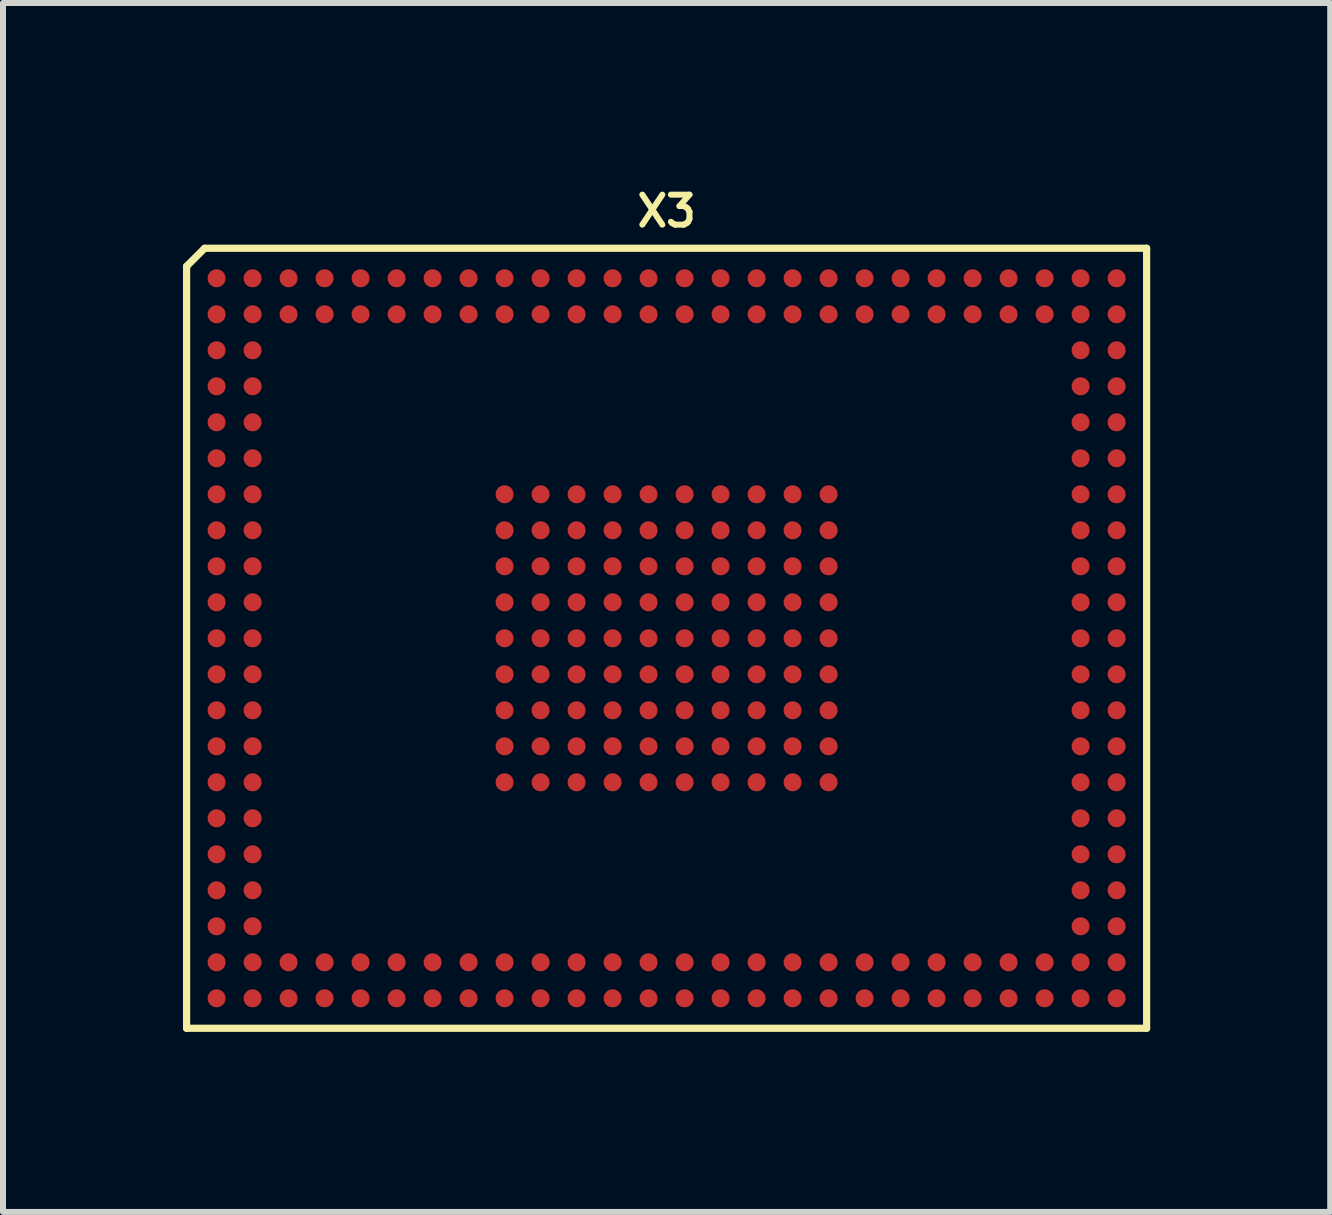
<source format=kicad_pcb>
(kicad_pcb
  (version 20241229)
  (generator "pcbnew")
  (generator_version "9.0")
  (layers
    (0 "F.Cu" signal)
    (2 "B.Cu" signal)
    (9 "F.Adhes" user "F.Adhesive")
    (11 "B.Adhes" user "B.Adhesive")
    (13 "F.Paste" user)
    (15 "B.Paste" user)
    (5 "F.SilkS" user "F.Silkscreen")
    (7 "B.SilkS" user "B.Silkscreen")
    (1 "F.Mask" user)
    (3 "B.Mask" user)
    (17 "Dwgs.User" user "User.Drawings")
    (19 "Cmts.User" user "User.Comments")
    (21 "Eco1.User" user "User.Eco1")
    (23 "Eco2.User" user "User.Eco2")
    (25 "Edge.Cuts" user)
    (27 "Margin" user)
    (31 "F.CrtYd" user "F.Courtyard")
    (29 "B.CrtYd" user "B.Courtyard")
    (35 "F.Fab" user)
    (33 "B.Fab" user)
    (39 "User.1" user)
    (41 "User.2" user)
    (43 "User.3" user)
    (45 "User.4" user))
  (footprint "X3"
    (layer "F.Cu")
    (at 8.06 7.588)
    (property "Reference" "X3" (at 0 -7.12 0) (layer "F.SilkS") (effects (font (size 0.5 0.5) (thickness 0.1))))
    (attr smd)
    (fp_line (start -8 -6.2) (end -8 6.5) (stroke (width 0.12) (type solid)) (layer "F.SilkS"))
    (fp_line (start -8 -6.2) (end -7.7 -6.5) (stroke (width 0.12) (type solid)) (layer "F.SilkS"))
    (fp_line (start -8 6.5) (end 8 6.5) (stroke (width 0.12) (type solid)) (layer "F.SilkS"))
    (fp_line (start -7.7 -6.5) (end 8 -6.5) (stroke (width 0.12) (type solid)) (layer "F.SilkS"))
    (fp_line (start 8 6.5) (end 8 -6.5) (stroke (width 0.12) (type solid)) (layer "F.SilkS"))
    (pad "A1" smd circle (at -7.5 -6) (size 0.3 0.3) (layers "F.Cu" "F.Mask" "F.Paste"))
    (pad "A2" smd circle (at -6.9 -6) (size 0.3 0.3) (layers "F.Cu" "F.Mask" "F.Paste"))
    (pad "A3" smd circle (at -6.3 -6) (size 0.3 0.3) (layers "F.Cu" "F.Mask" "F.Paste"))
    (pad "A4" smd circle (at -5.7 -6) (size 0.3 0.3) (layers "F.Cu" "F.Mask" "F.Paste"))
    (pad "A5" smd circle (at -5.1 -6) (size 0.3 0.3) (layers "F.Cu" "F.Mask" "F.Paste"))
    (pad "A6" smd circle (at -4.5 -6) (size 0.3 0.3) (layers "F.Cu" "F.Mask" "F.Paste"))
    (pad "A7" smd circle (at -3.9 -6) (size 0.3 0.3) (layers "F.Cu" "F.Mask" "F.Paste"))
    (pad "A8" smd circle (at -3.3 -6) (size 0.3 0.3) (layers "F.Cu" "F.Mask" "F.Paste"))
    (pad "A9" smd circle (at -2.7 -6) (size 0.3 0.3) (layers "F.Cu" "F.Mask" "F.Paste"))
    (pad "A10" smd circle (at -2.1 -6) (size 0.3 0.3) (layers "F.Cu" "F.Mask" "F.Paste"))
    (pad "A11" smd circle (at -1.5 -6) (size 0.3 0.3) (layers "F.Cu" "F.Mask" "F.Paste"))
    (pad "A12" smd circle (at -0.9 -6) (size 0.3 0.3) (layers "F.Cu" "F.Mask" "F.Paste"))
    (pad "A13" smd circle (at -0.3 -6) (size 0.3 0.3) (layers "F.Cu" "F.Mask" "F.Paste"))
    (pad "A14" smd circle (at 0.3 -6) (size 0.3 0.3) (layers "F.Cu" "F.Mask" "F.Paste"))
    (pad "A15" smd circle (at 0.9 -6) (size 0.3 0.3) (layers "F.Cu" "F.Mask" "F.Paste"))
    (pad "A16" smd circle (at 1.5 -6) (size 0.3 0.3) (layers "F.Cu" "F.Mask" "F.Paste"))
    (pad "A17" smd circle (at 2.1 -6) (size 0.3 0.3) (layers "F.Cu" "F.Mask" "F.Paste"))
    (pad "A18" smd circle (at 2.7 -6) (size 0.3 0.3) (layers "F.Cu" "F.Mask" "F.Paste"))
    (pad "A19" smd circle (at 3.3 -6) (size 0.3 0.3) (layers "F.Cu" "F.Mask" "F.Paste"))
    (pad "A20" smd circle (at 3.9 -6) (size 0.3 0.3) (layers "F.Cu" "F.Mask" "F.Paste"))
    (pad "A21" smd circle (at 4.5 -6) (size 0.3 0.3) (layers "F.Cu" "F.Mask" "F.Paste"))
    (pad "A22" smd circle (at 5.1 -6) (size 0.3 0.3) (layers "F.Cu" "F.Mask" "F.Paste"))
    (pad "A23" smd circle (at 5.7 -6) (size 0.3 0.3) (layers "F.Cu" "F.Mask" "F.Paste"))
    (pad "A24" smd circle (at 6.3 -6) (size 0.3 0.3) (layers "F.Cu" "F.Mask" "F.Paste"))
    (pad "A25" smd circle (at 6.9 -6) (size 0.3 0.3) (layers "F.Cu" "F.Mask" "F.Paste"))
    (pad "A26" smd circle (at 7.5 -6) (size 0.3 0.3) (layers "F.Cu" "F.Mask" "F.Paste"))
    (pad "AA1" smd circle (at -7.5 6) (size 0.3 0.3) (layers "F.Cu" "F.Mask" "F.Paste"))
    (pad "AA2" smd circle (at -6.9 6) (size 0.3 0.3) (layers "F.Cu" "F.Mask" "F.Paste"))
    (pad "AA3" smd circle (at -6.3 6) (size 0.3 0.3) (layers "F.Cu" "F.Mask" "F.Paste"))
    (pad "AA4" smd circle (at -5.7 6) (size 0.3 0.3) (layers "F.Cu" "F.Mask" "F.Paste"))
    (pad "AA5" smd circle (at -5.1 6) (size 0.3 0.3) (layers "F.Cu" "F.Mask" "F.Paste"))
    (pad "AA6" smd circle (at -4.5 6) (size 0.3 0.3) (layers "F.Cu" "F.Mask" "F.Paste"))
    (pad "AA7" smd circle (at -3.9 6) (size 0.3 0.3) (layers "F.Cu" "F.Mask" "F.Paste"))
    (pad "AA8" smd circle (at -3.3 6) (size 0.3 0.3) (layers "F.Cu" "F.Mask" "F.Paste"))
    (pad "AA9" smd circle (at -2.7 6) (size 0.3 0.3) (layers "F.Cu" "F.Mask" "F.Paste"))
    (pad "AA10" smd circle (at -2.1 6) (size 0.3 0.3) (layers "F.Cu" "F.Mask" "F.Paste"))
    (pad "AA11" smd circle (at -1.5 6) (size 0.3 0.3) (layers "F.Cu" "F.Mask" "F.Paste"))
    (pad "AA12" smd circle (at -0.9 6) (size 0.3 0.3) (layers "F.Cu" "F.Mask" "F.Paste"))
    (pad "AA13" smd circle (at -0.3 6) (size 0.3 0.3) (layers "F.Cu" "F.Mask" "F.Paste"))
    (pad "AA14" smd circle (at 0.3 6) (size 0.3 0.3) (layers "F.Cu" "F.Mask" "F.Paste"))
    (pad "AA15" smd circle (at 0.9 6) (size 0.3 0.3) (layers "F.Cu" "F.Mask" "F.Paste"))
    (pad "AA16" smd circle (at 1.5 6) (size 0.3 0.3) (layers "F.Cu" "F.Mask" "F.Paste"))
    (pad "AA17" smd circle (at 2.1 6) (size 0.3 0.3) (layers "F.Cu" "F.Mask" "F.Paste"))
    (pad "AA18" smd circle (at 2.7 6) (size 0.3 0.3) (layers "F.Cu" "F.Mask" "F.Paste"))
    (pad "AA19" smd circle (at 3.3 6) (size 0.3 0.3) (layers "F.Cu" "F.Mask" "F.Paste"))
    (pad "AA20" smd circle (at 3.9 6) (size 0.3 0.3) (layers "F.Cu" "F.Mask" "F.Paste"))
    (pad "AA21" smd circle (at 4.5 6) (size 0.3 0.3) (layers "F.Cu" "F.Mask" "F.Paste"))
    (pad "AA22" smd circle (at 5.1 6) (size 0.3 0.3) (layers "F.Cu" "F.Mask" "F.Paste"))
    (pad "AA23" smd circle (at 5.7 6) (size 0.3 0.3) (layers "F.Cu" "F.Mask" "F.Paste"))
    (pad "AA24" smd circle (at 6.3 6) (size 0.3 0.3) (layers "F.Cu" "F.Mask" "F.Paste"))
    (pad "AA25" smd circle (at 6.9 6) (size 0.3 0.3) (layers "F.Cu" "F.Mask" "F.Paste"))
    (pad "AA26" smd circle (at 7.5 6) (size 0.3 0.3) (layers "F.Cu" "F.Mask" "F.Paste"))
    (pad "B1" smd circle (at -7.5 -5.4) (size 0.3 0.3) (layers "F.Cu" "F.Mask" "F.Paste"))
    (pad "B2" smd circle (at -6.9 -5.4) (size 0.3 0.3) (layers "F.Cu" "F.Mask" "F.Paste"))
    (pad "B3" smd circle (at -6.3 -5.4) (size 0.3 0.3) (layers "F.Cu" "F.Mask" "F.Paste"))
    (pad "B4" smd circle (at -5.7 -5.4) (size 0.3 0.3) (layers "F.Cu" "F.Mask" "F.Paste"))
    (pad "B5" smd circle (at -5.1 -5.4) (size 0.3 0.3) (layers "F.Cu" "F.Mask" "F.Paste"))
    (pad "B6" smd circle (at -4.5 -5.4) (size 0.3 0.3) (layers "F.Cu" "F.Mask" "F.Paste"))
    (pad "B7" smd circle (at -3.9 -5.4) (size 0.3 0.3) (layers "F.Cu" "F.Mask" "F.Paste"))
    (pad "B8" smd circle (at -3.3 -5.4) (size 0.3 0.3) (layers "F.Cu" "F.Mask" "F.Paste"))
    (pad "B9" smd circle (at -2.7 -5.4) (size 0.3 0.3) (layers "F.Cu" "F.Mask" "F.Paste"))
    (pad "B10" smd circle (at -2.1 -5.4) (size 0.3 0.3) (layers "F.Cu" "F.Mask" "F.Paste"))
    (pad "B11" smd circle (at -1.5 -5.4) (size 0.3 0.3) (layers "F.Cu" "F.Mask" "F.Paste"))
    (pad "B12" smd circle (at -0.9 -5.4) (size 0.3 0.3) (layers "F.Cu" "F.Mask" "F.Paste"))
    (pad "B13" smd circle (at -0.3 -5.4) (size 0.3 0.3) (layers "F.Cu" "F.Mask" "F.Paste"))
    (pad "B14" smd circle (at 0.3 -5.4) (size 0.3 0.3) (layers "F.Cu" "F.Mask" "F.Paste"))
    (pad "B15" smd circle (at 0.9 -5.4) (size 0.3 0.3) (layers "F.Cu" "F.Mask" "F.Paste"))
    (pad "B16" smd circle (at 1.5 -5.4) (size 0.3 0.3) (layers "F.Cu" "F.Mask" "F.Paste"))
    (pad "B17" smd circle (at 2.1 -5.4) (size 0.3 0.3) (layers "F.Cu" "F.Mask" "F.Paste"))
    (pad "B18" smd circle (at 2.7 -5.4) (size 0.3 0.3) (layers "F.Cu" "F.Mask" "F.Paste"))
    (pad "B19" smd circle (at 3.3 -5.4) (size 0.3 0.3) (layers "F.Cu" "F.Mask" "F.Paste"))
    (pad "B20" smd circle (at 3.9 -5.4) (size 0.3 0.3) (layers "F.Cu" "F.Mask" "F.Paste"))
    (pad "B21" smd circle (at 4.5 -5.4) (size 0.3 0.3) (layers "F.Cu" "F.Mask" "F.Paste"))
    (pad "B22" smd circle (at 5.1 -5.4) (size 0.3 0.3) (layers "F.Cu" "F.Mask" "F.Paste"))
    (pad "B23" smd circle (at 5.7 -5.4) (size 0.3 0.3) (layers "F.Cu" "F.Mask" "F.Paste"))
    (pad "B24" smd circle (at 6.3 -5.4) (size 0.3 0.3) (layers "F.Cu" "F.Mask" "F.Paste"))
    (pad "B25" smd circle (at 6.9 -5.4) (size 0.3 0.3) (layers "F.Cu" "F.Mask" "F.Paste"))
    (pad "B26" smd circle (at 7.5 -5.4) (size 0.3 0.3) (layers "F.Cu" "F.Mask" "F.Paste"))
    (pad "C1" smd circle (at -7.5 -4.8) (size 0.3 0.3) (layers "F.Cu" "F.Mask" "F.Paste"))
    (pad "C2" smd circle (at -6.9 -4.8) (size 0.3 0.3) (layers "F.Cu" "F.Mask" "F.Paste"))
    (pad "C25" smd circle (at 6.9 -4.8) (size 0.3 0.3) (layers "F.Cu" "F.Mask" "F.Paste"))
    (pad "C26" smd circle (at 7.5 -4.8) (size 0.3 0.3) (layers "F.Cu" "F.Mask" "F.Paste"))
    (pad "D1" smd circle (at -7.5 -4.2) (size 0.3 0.3) (layers "F.Cu" "F.Mask" "F.Paste"))
    (pad "D2" smd circle (at -6.9 -4.2) (size 0.3 0.3) (layers "F.Cu" "F.Mask" "F.Paste"))
    (pad "D25" smd circle (at 6.9 -4.2) (size 0.3 0.3) (layers "F.Cu" "F.Mask" "F.Paste"))
    (pad "D26" smd circle (at 7.5 -4.2) (size 0.3 0.3) (layers "F.Cu" "F.Mask" "F.Paste"))
    (pad "E1" smd circle (at -7.5 -3.6) (size 0.3 0.3) (layers "F.Cu" "F.Mask" "F.Paste"))
    (pad "E2" smd circle (at -6.9 -3.6) (size 0.3 0.3) (layers "F.Cu" "F.Mask" "F.Paste"))
    (pad "E25" smd circle (at 6.9 -3.6) (size 0.3 0.3) (layers "F.Cu" "F.Mask" "F.Paste"))
    (pad "E26" smd circle (at 7.5 -3.6) (size 0.3 0.3) (layers "F.Cu" "F.Mask" "F.Paste"))
    (pad "F1" smd circle (at -7.5 -3) (size 0.3 0.3) (layers "F.Cu" "F.Mask" "F.Paste"))
    (pad "F2" smd circle (at -6.9 -3) (size 0.3 0.3) (layers "F.Cu" "F.Mask" "F.Paste"))
    (pad "F25" smd circle (at 6.9 -3) (size 0.3 0.3) (layers "F.Cu" "F.Mask" "F.Paste"))
    (pad "F26" smd circle (at 7.5 -3) (size 0.3 0.3) (layers "F.Cu" "F.Mask" "F.Paste"))
    (pad "G1" smd circle (at -7.5 -2.4) (size 0.3 0.3) (layers "F.Cu" "F.Mask" "F.Paste"))
    (pad "G2" smd circle (at -6.9 -2.4) (size 0.3 0.3) (layers "F.Cu" "F.Mask" "F.Paste"))
    (pad "G9" smd circle (at -2.7 -2.4) (size 0.3 0.3) (layers "F.Cu" "F.Mask" "F.Paste"))
    (pad "G10" smd circle (at -2.1 -2.4) (size 0.3 0.3) (layers "F.Cu" "F.Mask" "F.Paste"))
    (pad "G11" smd circle (at -1.5 -2.4) (size 0.3 0.3) (layers "F.Cu" "F.Mask" "F.Paste"))
    (pad "G12" smd circle (at -0.9 -2.4) (size 0.3 0.3) (layers "F.Cu" "F.Mask" "F.Paste"))
    (pad "G13" smd circle (at -0.3 -2.4) (size 0.3 0.3) (layers "F.Cu" "F.Mask" "F.Paste"))
    (pad "G14" smd circle (at 0.3 -2.4) (size 0.3 0.3) (layers "F.Cu" "F.Mask" "F.Paste"))
    (pad "G15" smd circle (at 0.9 -2.4) (size 0.3 0.3) (layers "F.Cu" "F.Mask" "F.Paste"))
    (pad "G16" smd circle (at 1.5 -2.4) (size 0.3 0.3) (layers "F.Cu" "F.Mask" "F.Paste"))
    (pad "G17" smd circle (at 2.1 -2.4) (size 0.3 0.3) (layers "F.Cu" "F.Mask" "F.Paste"))
    (pad "G18" smd circle (at 2.7 -2.4) (size 0.3 0.3) (layers "F.Cu" "F.Mask" "F.Paste"))
    (pad "G25" smd circle (at 6.9 -2.4) (size 0.3 0.3) (layers "F.Cu" "F.Mask" "F.Paste"))
    (pad "G26" smd circle (at 7.5 -2.4) (size 0.3 0.3) (layers "F.Cu" "F.Mask" "F.Paste"))
    (pad "H1" smd circle (at -7.5 -1.8) (size 0.3 0.3) (layers "F.Cu" "F.Mask" "F.Paste"))
    (pad "H2" smd circle (at -6.9 -1.8) (size 0.3 0.3) (layers "F.Cu" "F.Mask" "F.Paste"))
    (pad "H9" smd circle (at -2.7 -1.8) (size 0.3 0.3) (layers "F.Cu" "F.Mask" "F.Paste"))
    (pad "H10" smd circle (at -2.1 -1.8) (size 0.3 0.3) (layers "F.Cu" "F.Mask" "F.Paste"))
    (pad "H11" smd circle (at -1.5 -1.8) (size 0.3 0.3) (layers "F.Cu" "F.Mask" "F.Paste"))
    (pad "H12" smd circle (at -0.9 -1.8) (size 0.3 0.3) (layers "F.Cu" "F.Mask" "F.Paste"))
    (pad "H13" smd circle (at -0.3 -1.8) (size 0.3 0.3) (layers "F.Cu" "F.Mask" "F.Paste"))
    (pad "H14" smd circle (at 0.3 -1.8) (size 0.3 0.3) (layers "F.Cu" "F.Mask" "F.Paste"))
    (pad "H15" smd circle (at 0.9 -1.8) (size 0.3 0.3) (layers "F.Cu" "F.Mask" "F.Paste"))
    (pad "H16" smd circle (at 1.5 -1.8) (size 0.3 0.3) (layers "F.Cu" "F.Mask" "F.Paste"))
    (pad "H17" smd circle (at 2.1 -1.8) (size 0.3 0.3) (layers "F.Cu" "F.Mask" "F.Paste"))
    (pad "H18" smd circle (at 2.7 -1.8) (size 0.3 0.3) (layers "F.Cu" "F.Mask" "F.Paste"))
    (pad "H25" smd circle (at 6.9 -1.8) (size 0.3 0.3) (layers "F.Cu" "F.Mask" "F.Paste"))
    (pad "H26" smd circle (at 7.5 -1.8) (size 0.3 0.3) (layers "F.Cu" "F.Mask" "F.Paste"))
    (pad "J1" smd circle (at -7.5 -1.2) (size 0.3 0.3) (layers "F.Cu" "F.Mask" "F.Paste"))
    (pad "J2" smd circle (at -6.9 -1.2) (size 0.3 0.3) (layers "F.Cu" "F.Mask" "F.Paste"))
    (pad "J9" smd circle (at -2.7 -1.2) (size 0.3 0.3) (layers "F.Cu" "F.Mask" "F.Paste"))
    (pad "J10" smd circle (at -2.1 -1.2) (size 0.3 0.3) (layers "F.Cu" "F.Mask" "F.Paste"))
    (pad "J11" smd circle (at -1.5 -1.2) (size 0.3 0.3) (layers "F.Cu" "F.Mask" "F.Paste"))
    (pad "J12" smd circle (at -0.9 -1.2) (size 0.3 0.3) (layers "F.Cu" "F.Mask" "F.Paste"))
    (pad "J13" smd circle (at -0.3 -1.2) (size 0.3 0.3) (layers "F.Cu" "F.Mask" "F.Paste"))
    (pad "J14" smd circle (at 0.3 -1.2) (size 0.3 0.3) (layers "F.Cu" "F.Mask" "F.Paste"))
    (pad "J15" smd circle (at 0.9 -1.2) (size 0.3 0.3) (layers "F.Cu" "F.Mask" "F.Paste"))
    (pad "J16" smd circle (at 1.5 -1.2) (size 0.3 0.3) (layers "F.Cu" "F.Mask" "F.Paste"))
    (pad "J17" smd circle (at 2.1 -1.2) (size 0.3 0.3) (layers "F.Cu" "F.Mask" "F.Paste"))
    (pad "J18" smd circle (at 2.7 -1.2) (size 0.3 0.3) (layers "F.Cu" "F.Mask" "F.Paste"))
    (pad "J25" smd circle (at 6.9 -1.2) (size 0.3 0.3) (layers "F.Cu" "F.Mask" "F.Paste"))
    (pad "J26" smd circle (at 7.5 -1.2) (size 0.3 0.3) (layers "F.Cu" "F.Mask" "F.Paste"))
    (pad "K1" smd circle (at -7.5 -0.6) (size 0.3 0.3) (layers "F.Cu" "F.Mask" "F.Paste"))
    (pad "K2" smd circle (at -6.9 -0.6) (size 0.3 0.3) (layers "F.Cu" "F.Mask" "F.Paste"))
    (pad "K9" smd circle (at -2.7 -0.6) (size 0.3 0.3) (layers "F.Cu" "F.Mask" "F.Paste"))
    (pad "K10" smd circle (at -2.1 -0.6) (size 0.3 0.3) (layers "F.Cu" "F.Mask" "F.Paste"))
    (pad "K11" smd circle (at -1.5 -0.6) (size 0.3 0.3) (layers "F.Cu" "F.Mask" "F.Paste"))
    (pad "K12" smd circle (at -0.9 -0.6) (size 0.3 0.3) (layers "F.Cu" "F.Mask" "F.Paste"))
    (pad "K13" smd circle (at -0.3 -0.6) (size 0.3 0.3) (layers "F.Cu" "F.Mask" "F.Paste"))
    (pad "K14" smd circle (at 0.3 -0.6) (size 0.3 0.3) (layers "F.Cu" "F.Mask" "F.Paste"))
    (pad "K15" smd circle (at 0.9 -0.6) (size 0.3 0.3) (layers "F.Cu" "F.Mask" "F.Paste"))
    (pad "K16" smd circle (at 1.5 -0.6) (size 0.3 0.3) (layers "F.Cu" "F.Mask" "F.Paste"))
    (pad "K17" smd circle (at 2.1 -0.6) (size 0.3 0.3) (layers "F.Cu" "F.Mask" "F.Paste"))
    (pad "K18" smd circle (at 2.7 -0.6) (size 0.3 0.3) (layers "F.Cu" "F.Mask" "F.Paste"))
    (pad "K25" smd circle (at 6.9 -0.6) (size 0.3 0.3) (layers "F.Cu" "F.Mask" "F.Paste"))
    (pad "K26" smd circle (at 7.5 -0.6) (size 0.3 0.3) (layers "F.Cu" "F.Mask" "F.Paste"))
    (pad "L1" smd circle (at -7.5 0) (size 0.3 0.3) (layers "F.Cu" "F.Mask" "F.Paste"))
    (pad "L2" smd circle (at -6.9 0) (size 0.3 0.3) (layers "F.Cu" "F.Mask" "F.Paste"))
    (pad "L9" smd circle (at -2.7 0) (size 0.3 0.3) (layers "F.Cu" "F.Mask" "F.Paste"))
    (pad "L10" smd circle (at -2.1 0) (size 0.3 0.3) (layers "F.Cu" "F.Mask" "F.Paste"))
    (pad "L11" smd circle (at -1.5 0) (size 0.3 0.3) (layers "F.Cu" "F.Mask" "F.Paste"))
    (pad "L12" smd circle (at -0.9 0) (size 0.3 0.3) (layers "F.Cu" "F.Mask" "F.Paste"))
    (pad "L13" smd circle (at -0.3 0) (size 0.3 0.3) (layers "F.Cu" "F.Mask" "F.Paste"))
    (pad "L14" smd circle (at 0.3 0) (size 0.3 0.3) (layers "F.Cu" "F.Mask" "F.Paste"))
    (pad "L15" smd circle (at 0.9 0) (size 0.3 0.3) (layers "F.Cu" "F.Mask" "F.Paste"))
    (pad "L16" smd circle (at 1.5 0) (size 0.3 0.3) (layers "F.Cu" "F.Mask" "F.Paste"))
    (pad "L17" smd circle (at 2.1 0) (size 0.3 0.3) (layers "F.Cu" "F.Mask" "F.Paste"))
    (pad "L18" smd circle (at 2.7 0) (size 0.3 0.3) (layers "F.Cu" "F.Mask" "F.Paste"))
    (pad "L25" smd circle (at 6.9 0) (size 0.3 0.3) (layers "F.Cu" "F.Mask" "F.Paste"))
    (pad "L26" smd circle (at 7.5 0) (size 0.3 0.3) (layers "F.Cu" "F.Mask" "F.Paste"))
    (pad "M1" smd circle (at -7.5 0.6) (size 0.3 0.3) (layers "F.Cu" "F.Mask" "F.Paste"))
    (pad "M2" smd circle (at -6.9 0.6) (size 0.3 0.3) (layers "F.Cu" "F.Mask" "F.Paste"))
    (pad "M9" smd circle (at -2.7 0.6) (size 0.3 0.3) (layers "F.Cu" "F.Mask" "F.Paste"))
    (pad "M10" smd circle (at -2.1 0.6) (size 0.3 0.3) (layers "F.Cu" "F.Mask" "F.Paste"))
    (pad "M11" smd circle (at -1.5 0.6) (size 0.3 0.3) (layers "F.Cu" "F.Mask" "F.Paste"))
    (pad "M12" smd circle (at -0.9 0.6) (size 0.3 0.3) (layers "F.Cu" "F.Mask" "F.Paste"))
    (pad "M13" smd circle (at -0.3 0.6) (size 0.3 0.3) (layers "F.Cu" "F.Mask" "F.Paste"))
    (pad "M14" smd circle (at 0.3 0.6) (size 0.3 0.3) (layers "F.Cu" "F.Mask" "F.Paste"))
    (pad "M15" smd circle (at 0.9 0.6) (size 0.3 0.3) (layers "F.Cu" "F.Mask" "F.Paste"))
    (pad "M16" smd circle (at 1.5 0.6) (size 0.3 0.3) (layers "F.Cu" "F.Mask" "F.Paste"))
    (pad "M17" smd circle (at 2.1 0.6) (size 0.3 0.3) (layers "F.Cu" "F.Mask" "F.Paste"))
    (pad "M18" smd circle (at 2.7 0.6) (size 0.3 0.3) (layers "F.Cu" "F.Mask" "F.Paste"))
    (pad "M25" smd circle (at 6.9 0.6) (size 0.3 0.3) (layers "F.Cu" "F.Mask" "F.Paste"))
    (pad "M26" smd circle (at 7.5 0.6) (size 0.3 0.3) (layers "F.Cu" "F.Mask" "F.Paste"))
    (pad "N1" smd circle (at -7.5 1.2) (size 0.3 0.3) (layers "F.Cu" "F.Mask" "F.Paste"))
    (pad "N2" smd circle (at -6.9 1.2) (size 0.3 0.3) (layers "F.Cu" "F.Mask" "F.Paste"))
    (pad "N9" smd circle (at -2.7 1.2) (size 0.3 0.3) (layers "F.Cu" "F.Mask" "F.Paste"))
    (pad "N10" smd circle (at -2.1 1.2) (size 0.3 0.3) (layers "F.Cu" "F.Mask" "F.Paste"))
    (pad "N11" smd circle (at -1.5 1.2) (size 0.3 0.3) (layers "F.Cu" "F.Mask" "F.Paste"))
    (pad "N12" smd circle (at -0.9 1.2) (size 0.3 0.3) (layers "F.Cu" "F.Mask" "F.Paste"))
    (pad "N13" smd circle (at -0.3 1.2) (size 0.3 0.3) (layers "F.Cu" "F.Mask" "F.Paste"))
    (pad "N14" smd circle (at 0.3 1.2) (size 0.3 0.3) (layers "F.Cu" "F.Mask" "F.Paste"))
    (pad "N15" smd circle (at 0.9 1.2) (size 0.3 0.3) (layers "F.Cu" "F.Mask" "F.Paste"))
    (pad "N16" smd circle (at 1.5 1.2) (size 0.3 0.3) (layers "F.Cu" "F.Mask" "F.Paste"))
    (pad "N17" smd circle (at 2.1 1.2) (size 0.3 0.3) (layers "F.Cu" "F.Mask" "F.Paste"))
    (pad "N18" smd circle (at 2.7 1.2) (size 0.3 0.3) (layers "F.Cu" "F.Mask" "F.Paste"))
    (pad "N25" smd circle (at 6.9 1.2) (size 0.3 0.3) (layers "F.Cu" "F.Mask" "F.Paste"))
    (pad "N26" smd circle (at 7.5 1.2) (size 0.3 0.3) (layers "F.Cu" "F.Mask" "F.Paste"))
    (pad "P1" smd circle (at -7.5 1.8) (size 0.3 0.3) (layers "F.Cu" "F.Mask" "F.Paste"))
    (pad "P2" smd circle (at -6.9 1.8) (size 0.3 0.3) (layers "F.Cu" "F.Mask" "F.Paste"))
    (pad "P9" smd circle (at -2.7 1.8) (size 0.3 0.3) (layers "F.Cu" "F.Mask" "F.Paste"))
    (pad "P10" smd circle (at -2.1 1.8) (size 0.3 0.3) (layers "F.Cu" "F.Mask" "F.Paste"))
    (pad "P11" smd circle (at -1.5 1.8) (size 0.3 0.3) (layers "F.Cu" "F.Mask" "F.Paste"))
    (pad "P12" smd circle (at -0.9 1.8) (size 0.3 0.3) (layers "F.Cu" "F.Mask" "F.Paste"))
    (pad "P13" smd circle (at -0.3 1.8) (size 0.3 0.3) (layers "F.Cu" "F.Mask" "F.Paste"))
    (pad "P14" smd circle (at 0.3 1.8) (size 0.3 0.3) (layers "F.Cu" "F.Mask" "F.Paste"))
    (pad "P15" smd circle (at 0.9 1.8) (size 0.3 0.3) (layers "F.Cu" "F.Mask" "F.Paste"))
    (pad "P16" smd circle (at 1.5 1.8) (size 0.3 0.3) (layers "F.Cu" "F.Mask" "F.Paste"))
    (pad "P17" smd circle (at 2.1 1.8) (size 0.3 0.3) (layers "F.Cu" "F.Mask" "F.Paste"))
    (pad "P18" smd circle (at 2.7 1.8) (size 0.3 0.3) (layers "F.Cu" "F.Mask" "F.Paste"))
    (pad "P25" smd circle (at 6.9 1.8) (size 0.3 0.3) (layers "F.Cu" "F.Mask" "F.Paste"))
    (pad "P26" smd circle (at 7.5 1.8) (size 0.3 0.3) (layers "F.Cu" "F.Mask" "F.Paste"))
    (pad "R1" smd circle (at -7.5 2.4) (size 0.3 0.3) (layers "F.Cu" "F.Mask" "F.Paste"))
    (pad "R2" smd circle (at -6.9 2.4) (size 0.3 0.3) (layers "F.Cu" "F.Mask" "F.Paste"))
    (pad "R9" smd circle (at -2.7 2.4) (size 0.3 0.3) (layers "F.Cu" "F.Mask" "F.Paste"))
    (pad "R10" smd circle (at -2.1 2.4) (size 0.3 0.3) (layers "F.Cu" "F.Mask" "F.Paste"))
    (pad "R11" smd circle (at -1.5 2.4) (size 0.3 0.3) (layers "F.Cu" "F.Mask" "F.Paste"))
    (pad "R12" smd circle (at -0.9 2.4) (size 0.3 0.3) (layers "F.Cu" "F.Mask" "F.Paste"))
    (pad "R13" smd circle (at -0.3 2.4) (size 0.3 0.3) (layers "F.Cu" "F.Mask" "F.Paste"))
    (pad "R14" smd circle (at 0.3 2.4) (size 0.3 0.3) (layers "F.Cu" "F.Mask" "F.Paste"))
    (pad "R15" smd circle (at 0.9 2.4) (size 0.3 0.3) (layers "F.Cu" "F.Mask" "F.Paste"))
    (pad "R16" smd circle (at 1.5 2.4) (size 0.3 0.3) (layers "F.Cu" "F.Mask" "F.Paste"))
    (pad "R17" smd circle (at 2.1 2.4) (size 0.3 0.3) (layers "F.Cu" "F.Mask" "F.Paste"))
    (pad "R18" smd circle (at 2.7 2.4) (size 0.3 0.3) (layers "F.Cu" "F.Mask" "F.Paste"))
    (pad "R25" smd circle (at 6.9 2.4) (size 0.3 0.3) (layers "F.Cu" "F.Mask" "F.Paste"))
    (pad "R26" smd circle (at 7.5 2.4) (size 0.3 0.3) (layers "F.Cu" "F.Mask" "F.Paste"))
    (pad "T1" smd circle (at -7.5 3) (size 0.3 0.3) (layers "F.Cu" "F.Mask" "F.Paste"))
    (pad "T2" smd circle (at -6.9 3) (size 0.3 0.3) (layers "F.Cu" "F.Mask" "F.Paste"))
    (pad "T25" smd circle (at 6.9 3) (size 0.3 0.3) (layers "F.Cu" "F.Mask" "F.Paste"))
    (pad "T26" smd circle (at 7.5 3) (size 0.3 0.3) (layers "F.Cu" "F.Mask" "F.Paste"))
    (pad "U1" smd circle (at -7.5 3.6) (size 0.3 0.3) (layers "F.Cu" "F.Mask" "F.Paste"))
    (pad "U2" smd circle (at -6.9 3.6) (size 0.3 0.3) (layers "F.Cu" "F.Mask" "F.Paste"))
    (pad "U25" smd circle (at 6.9 3.6) (size 0.3 0.3) (layers "F.Cu" "F.Mask" "F.Paste"))
    (pad "U26" smd circle (at 7.5 3.6) (size 0.3 0.3) (layers "F.Cu" "F.Mask" "F.Paste"))
    (pad "V1" smd circle (at -7.5 4.2) (size 0.3 0.3) (layers "F.Cu" "F.Mask" "F.Paste"))
    (pad "V2" smd circle (at -6.9 4.2) (size 0.3 0.3) (layers "F.Cu" "F.Mask" "F.Paste"))
    (pad "V25" smd circle (at 6.9 4.2) (size 0.3 0.3) (layers "F.Cu" "F.Mask" "F.Paste"))
    (pad "V26" smd circle (at 7.5 4.2) (size 0.3 0.3) (layers "F.Cu" "F.Mask" "F.Paste"))
    (pad "W1" smd circle (at -7.5 4.8) (size 0.3 0.3) (layers "F.Cu" "F.Mask" "F.Paste"))
    (pad "W2" smd circle (at -6.9 4.8) (size 0.3 0.3) (layers "F.Cu" "F.Mask" "F.Paste"))
    (pad "W25" smd circle (at 6.9 4.8) (size 0.3 0.3) (layers "F.Cu" "F.Mask" "F.Paste"))
    (pad "W26" smd circle (at 7.5 4.8) (size 0.3 0.3) (layers "F.Cu" "F.Mask" "F.Paste"))
    (pad "Y1" smd circle (at -7.5 5.4) (size 0.3 0.3) (layers "F.Cu" "F.Mask" "F.Paste"))
    (pad "Y2" smd circle (at -6.9 5.4) (size 0.3 0.3) (layers "F.Cu" "F.Mask" "F.Paste"))
    (pad "Y3" smd circle (at -6.3 5.4) (size 0.3 0.3) (layers "F.Cu" "F.Mask" "F.Paste"))
    (pad "Y4" smd circle (at -5.7 5.4) (size 0.3 0.3) (layers "F.Cu" "F.Mask" "F.Paste"))
    (pad "Y5" smd circle (at -5.1 5.4) (size 0.3 0.3) (layers "F.Cu" "F.Mask" "F.Paste"))
    (pad "Y6" smd circle (at -4.5 5.4) (size 0.3 0.3) (layers "F.Cu" "F.Mask" "F.Paste"))
    (pad "Y7" smd circle (at -3.9 5.4) (size 0.3 0.3) (layers "F.Cu" "F.Mask" "F.Paste"))
    (pad "Y8" smd circle (at -3.3 5.4) (size 0.3 0.3) (layers "F.Cu" "F.Mask" "F.Paste"))
    (pad "Y9" smd circle (at -2.7 5.4) (size 0.3 0.3) (layers "F.Cu" "F.Mask" "F.Paste"))
    (pad "Y10" smd circle (at -2.1 5.4) (size 0.3 0.3) (layers "F.Cu" "F.Mask" "F.Paste"))
    (pad "Y11" smd circle (at -1.5 5.4) (size 0.3 0.3) (layers "F.Cu" "F.Mask" "F.Paste"))
    (pad "Y12" smd circle (at -0.9 5.4) (size 0.3 0.3) (layers "F.Cu" "F.Mask" "F.Paste"))
    (pad "Y13" smd circle (at -0.3 5.4) (size 0.3 0.3) (layers "F.Cu" "F.Mask" "F.Paste"))
    (pad "Y14" smd circle (at 0.3 5.4) (size 0.3 0.3) (layers "F.Cu" "F.Mask" "F.Paste"))
    (pad "Y15" smd circle (at 0.9 5.4) (size 0.3 0.3) (layers "F.Cu" "F.Mask" "F.Paste"))
    (pad "Y16" smd circle (at 1.5 5.4) (size 0.3 0.3) (layers "F.Cu" "F.Mask" "F.Paste"))
    (pad "Y17" smd circle (at 2.1 5.4) (size 0.3 0.3) (layers "F.Cu" "F.Mask" "F.Paste"))
    (pad "Y18" smd circle (at 2.7 5.4) (size 0.3 0.3) (layers "F.Cu" "F.Mask" "F.Paste"))
    (pad "Y19" smd circle (at 3.3 5.4) (size 0.3 0.3) (layers "F.Cu" "F.Mask" "F.Paste"))
    (pad "Y20" smd circle (at 3.9 5.4) (size 0.3 0.3) (layers "F.Cu" "F.Mask" "F.Paste"))
    (pad "Y21" smd circle (at 4.5 5.4) (size 0.3 0.3) (layers "F.Cu" "F.Mask" "F.Paste"))
    (pad "Y22" smd circle (at 5.1 5.4) (size 0.3 0.3) (layers "F.Cu" "F.Mask" "F.Paste"))
    (pad "Y23" smd circle (at 5.7 5.4) (size 0.3 0.3) (layers "F.Cu" "F.Mask" "F.Paste"))
    (pad "Y24" smd circle (at 6.3 5.4) (size 0.3 0.3) (layers "F.Cu" "F.Mask" "F.Paste"))
    (pad "Y25" smd circle (at 6.9 5.4) (size 0.3 0.3) (layers "F.Cu" "F.Mask" "F.Paste"))
    (pad "Y26" smd circle (at 7.5 5.4) (size 0.3 0.3) (layers "F.Cu" "F.Mask" "F.Paste")))
  (gr_rect
    (start -3 -3)
    (end 19.12 17.148)
    (stroke (width 0.1) (type default))
    (fill no)
    (layer "Edge.Cuts")))
</source>
